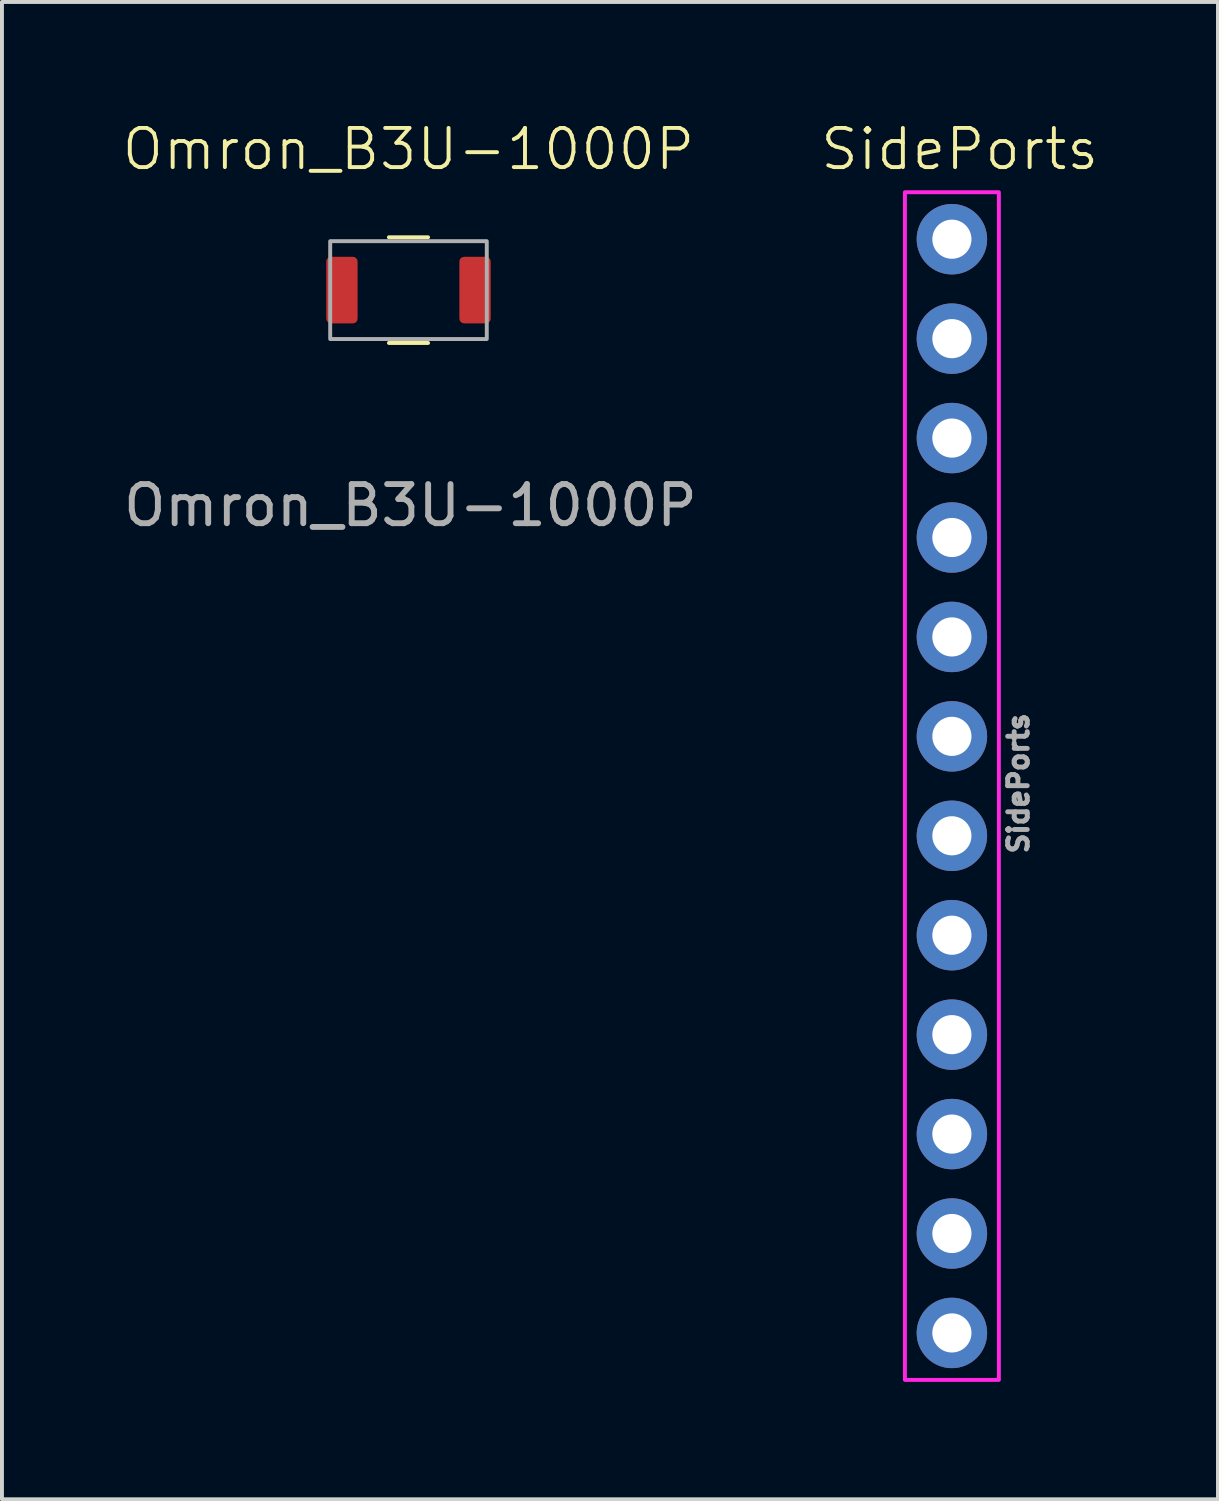
<source format=kicad_pcb>
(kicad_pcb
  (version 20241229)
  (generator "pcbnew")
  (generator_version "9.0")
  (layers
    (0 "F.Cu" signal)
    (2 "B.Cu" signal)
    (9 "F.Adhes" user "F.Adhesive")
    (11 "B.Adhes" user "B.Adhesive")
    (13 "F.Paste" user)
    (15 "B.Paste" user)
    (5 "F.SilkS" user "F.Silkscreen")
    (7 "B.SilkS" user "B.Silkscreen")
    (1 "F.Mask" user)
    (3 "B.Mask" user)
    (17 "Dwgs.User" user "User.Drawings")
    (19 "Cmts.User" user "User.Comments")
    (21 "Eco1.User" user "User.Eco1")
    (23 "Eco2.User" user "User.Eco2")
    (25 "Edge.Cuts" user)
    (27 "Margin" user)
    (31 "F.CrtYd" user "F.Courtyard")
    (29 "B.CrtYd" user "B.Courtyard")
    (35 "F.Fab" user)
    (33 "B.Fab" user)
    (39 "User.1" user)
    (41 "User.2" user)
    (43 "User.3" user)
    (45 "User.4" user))
  (footprint "SidePorts"
    (layer "F.Cu")
    (at 21.267 3.061)
    (property "Reference" "SidePorts" (at 0.2 -2.3 0) (unlocked yes) (layer "F.SilkS") (effects (font (size 1 1) (thickness 0.1))))
    (attr smd)
    (fp_rect (start -1.2 -1.2) (end 1.2 29.14) (stroke (width 0.1) (type solid)) (fill no) (layer "F.CrtYd"))
    (fp_text user "${REFERENCE}" (at 1.7 13.9 90) (unlocked yes) (layer "F.Fab") (effects (font (size 0.5 0.5) (thickness 0.125))))
    (pad "1" thru_hole circle (at 0 27.94) (size 1.8 1.8) (drill 1) (layers "*.Cu" "*.Mask"))
    (pad "2" thru_hole circle (at 0 25.4) (size 1.8 1.8) (drill 1) (layers "*.Cu" "*.Mask"))
    (pad "3" thru_hole circle (at 0 22.86) (size 1.8 1.8) (drill 1) (layers "*.Cu" "*.Mask"))
    (pad "4" thru_hole circle (at 0 20.32) (size 1.8 1.8) (drill 1) (layers "*.Cu" "*.Mask"))
    (pad "5" thru_hole circle (at 0 17.78) (size 1.8 1.8) (drill 1) (layers "*.Cu" "*.Mask"))
    (pad "6" thru_hole circle (at 0 15.24) (size 1.8 1.8) (drill 1) (layers "*.Cu" "*.Mask"))
    (pad "7" thru_hole circle (at 0 12.7) (size 1.8 1.8) (drill 1) (layers "*.Cu" "*.Mask"))
    (pad "8" thru_hole circle (at 0 10.16) (size 1.8 1.8) (drill 1) (layers "*.Cu" "*.Mask"))
    (pad "9" thru_hole circle (at 0 7.62) (size 1.8 1.8) (drill 1) (layers "*.Cu" "*.Mask"))
    (pad "10" thru_hole circle (at 0 5.08) (size 1.8 1.8) (drill 1) (layers "*.Cu" "*.Mask"))
    (pad "11" thru_hole circle (at 0 2.54) (size 1.8 1.8) (drill 1) (layers "*.Cu" "*.Mask"))
    (pad "12" thru_hole circle (at 0 0) (size 1.8 1.8) (drill 1) (layers "*.Cu" "*.Mask")))
  (footprint "Omron_B3U-1000P"
    (layer "F.Cu")
    (at 7.385 4.361)
    (property "Reference" "Omron_B3U-1000P" (at 0 -3.6 0) (unlocked yes) (layer "F.SilkS") (effects (font (size 1 1) (thickness 0.1))))
    (attr smd)
    (fp_line (start -0.5 -1.35) (end 0.5 -1.35) (stroke (width 0.1) (type default)) (layer "F.SilkS"))
    (fp_line (start -0.5 1.35) (end 0.5 1.35) (stroke (width 0.1) (type default)) (layer "F.SilkS"))
    (fp_rect (start -2 -1.25) (end 2 1.25) (stroke (width 0.1) (type solid)) (fill no) (layer "F.Fab"))
    (fp_text user "${REFERENCE}" (at 0.05 5.5 0) (unlocked yes) (layer "F.Fab") (effects (font (size 1 1) (thickness 0.15))))
    (pad "1" smd roundrect (at -1.7 0) (size 0.8 1.7) (layers "F.Cu" "F.Mask" "F.Paste") (roundrect_rratio 0.15))
    (pad "2" smd roundrect (at 1.7 0) (size 0.8 1.7) (layers "F.Cu" "F.Mask" "F.Paste") (roundrect_rratio 0.15)))
  (gr_rect
    (start -3 -3)
    (end 28.064 35.251)
    (stroke (width 0.1) (type default))
    (fill no)
    (layer "Edge.Cuts")))
</source>
